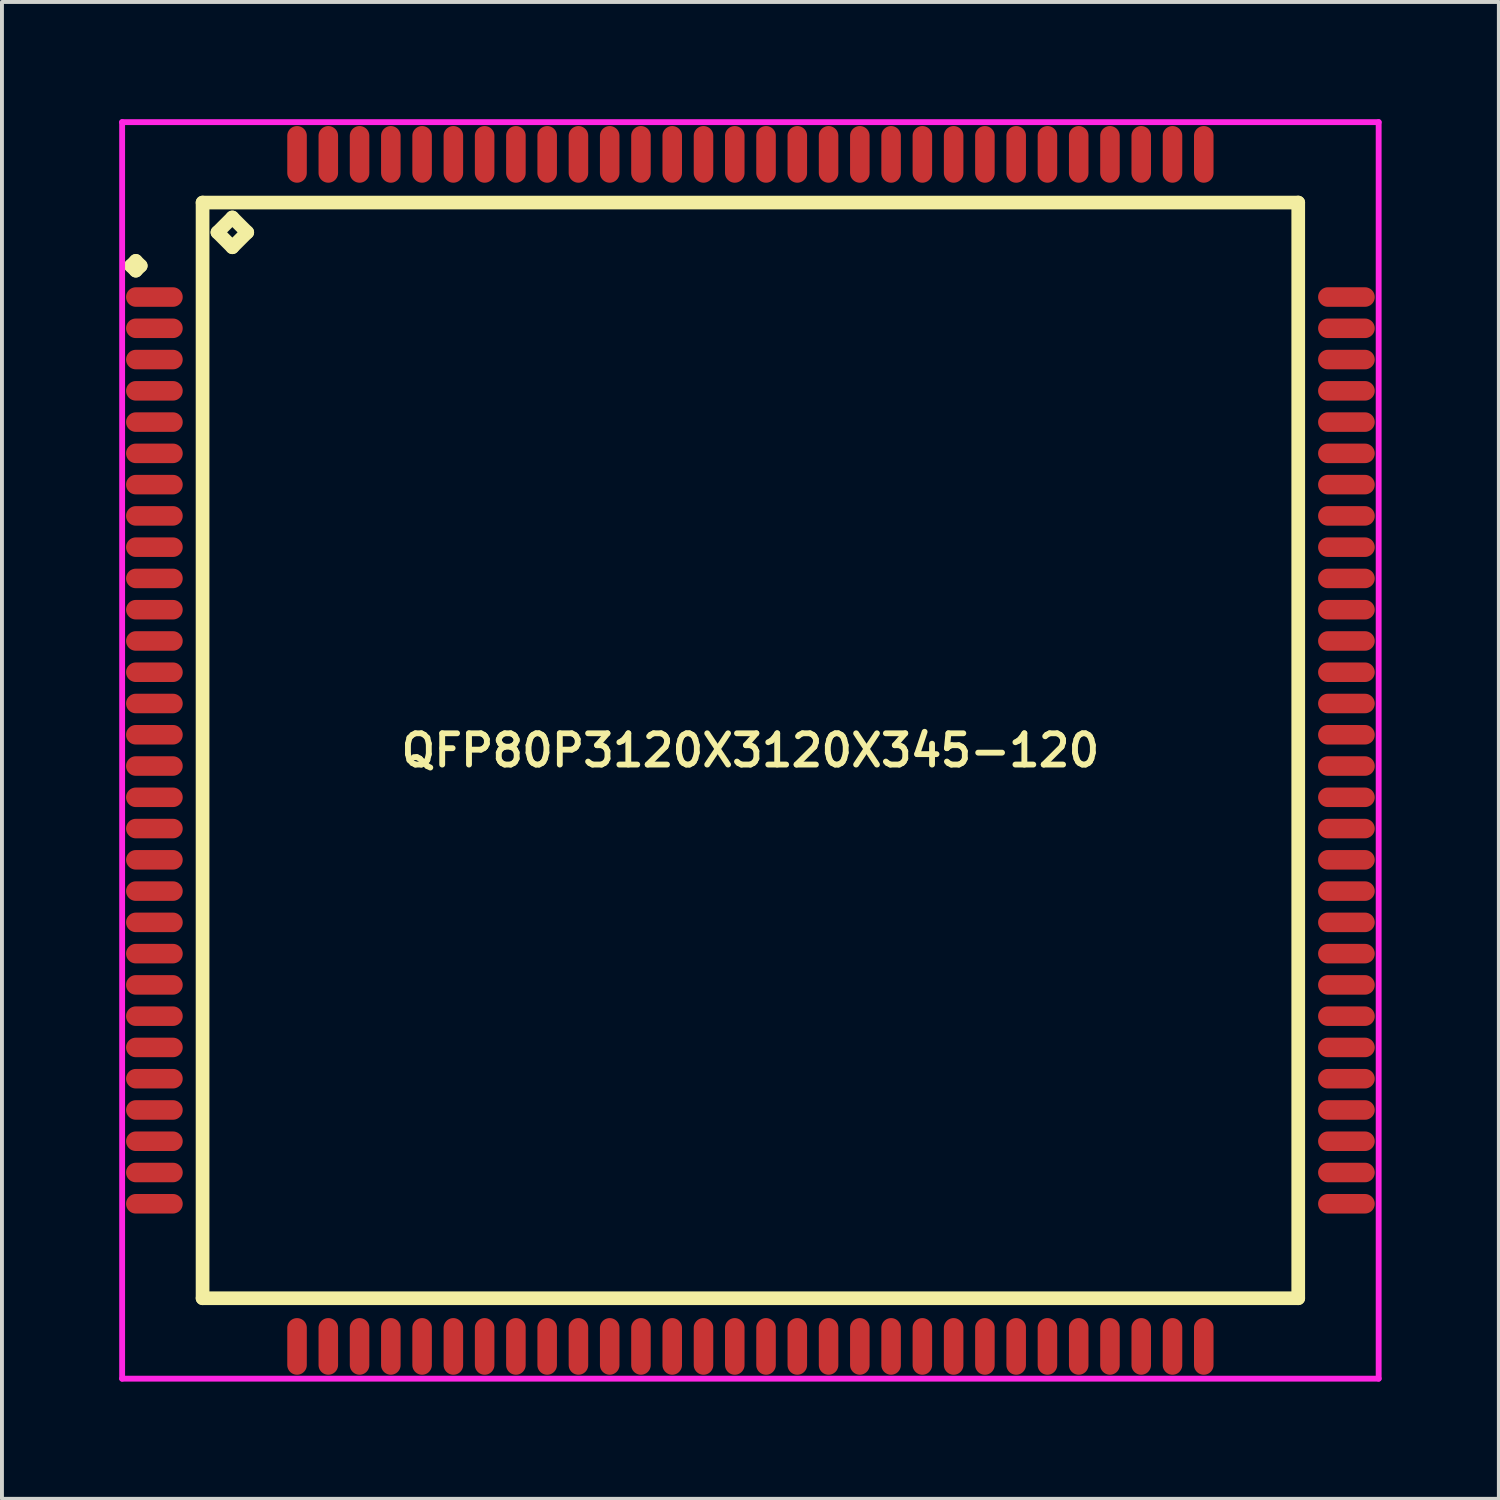
<source format=kicad_pcb>
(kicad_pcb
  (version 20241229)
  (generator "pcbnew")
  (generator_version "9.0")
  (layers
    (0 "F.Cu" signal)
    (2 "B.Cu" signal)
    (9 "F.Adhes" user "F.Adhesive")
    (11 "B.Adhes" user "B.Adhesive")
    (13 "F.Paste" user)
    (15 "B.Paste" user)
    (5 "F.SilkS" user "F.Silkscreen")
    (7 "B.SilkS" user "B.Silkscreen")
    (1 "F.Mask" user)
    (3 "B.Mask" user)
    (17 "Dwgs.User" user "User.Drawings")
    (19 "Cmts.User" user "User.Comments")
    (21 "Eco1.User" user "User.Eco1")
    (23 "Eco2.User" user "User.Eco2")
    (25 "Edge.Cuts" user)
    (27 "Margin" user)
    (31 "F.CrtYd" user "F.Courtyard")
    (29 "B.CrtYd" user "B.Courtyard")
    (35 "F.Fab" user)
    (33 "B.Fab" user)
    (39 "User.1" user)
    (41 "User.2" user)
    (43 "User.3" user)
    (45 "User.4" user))
  (footprint "QFP80P3120X3120X345-120"
    (layer "F.Cu")
    (at 16.15 16.15)
    (property "Reference" "QFP80P3120X3120X345-120" (at 0 0 0) (layer "F.SilkS") (effects (font (size 0.8 0.8) (thickness 0.15))))
    (attr smd)
    (fp_line (start -15.85 -12.4) (end -15.725 -12.525) (stroke (width 0.35) (type solid)) (layer "F.SilkS"))
    (fp_line (start -15.725 -12.525) (end -15.6 -12.4) (stroke (width 0.35) (type solid)) (layer "F.SilkS"))
    (fp_line (start -15.725 -12.275) (end -15.85 -12.4) (stroke (width 0.35) (type solid)) (layer "F.SilkS"))
    (fp_line (start -15.6 -12.4) (end -15.725 -12.275) (stroke (width 0.35) (type solid)) (layer "F.SilkS"))
    (fp_line (start -14.017 -14.017) (end -14.017 14.017) (stroke (width 0.35) (type solid)) (layer "F.SilkS"))
    (fp_line (start -14.017 14.017) (end 14.017 14.017) (stroke (width 0.35) (type solid)) (layer "F.SilkS"))
    (fp_line (start -13.636 -13.255) (end -13.255 -13.636) (stroke (width 0.35) (type solid)) (layer "F.SilkS"))
    (fp_line (start -13.255 -13.636) (end -12.874 -13.255) (stroke (width 0.35) (type solid)) (layer "F.SilkS"))
    (fp_line (start -13.255 -12.874) (end -13.636 -13.255) (stroke (width 0.35) (type solid)) (layer "F.SilkS"))
    (fp_line (start -12.874 -13.255) (end -13.255 -12.874) (stroke (width 0.35) (type solid)) (layer "F.SilkS"))
    (fp_line (start 14.017 -14.017) (end -14.017 -14.017) (stroke (width 0.35) (type solid)) (layer "F.SilkS"))
    (fp_line (start 14.017 14.017) (end 14.017 -14.017) (stroke (width 0.35) (type solid)) (layer "F.SilkS"))
    (fp_line (start -16.075 -16.075) (end 16.075 -16.075) (stroke (width 0.15) (type solid)) (layer "F.CrtYd"))
    (fp_line (start -16.075 16.075) (end -16.075 -16.075) (stroke (width 0.15) (type solid)) (layer "F.CrtYd"))
    (fp_line (start 16.075 -16.075) (end 16.075 16.075) (stroke (width 0.15) (type solid)) (layer "F.CrtYd"))
    (fp_line (start 16.075 16.075) (end -16.075 16.075) (stroke (width 0.15) (type solid)) (layer "F.CrtYd"))
    (pad "1" smd oval (at -15.25 -11.6) (size 1.45 0.5) (layers "F.Cu" "F.Mask" "F.Paste"))
    (pad "2" smd oval (at -15.25 -10.8) (size 1.45 0.5) (layers "F.Cu" "F.Mask" "F.Paste"))
    (pad "3" smd oval (at -15.25 -10) (size 1.45 0.5) (layers "F.Cu" "F.Mask" "F.Paste"))
    (pad "4" smd oval (at -15.25 -9.2) (size 1.45 0.5) (layers "F.Cu" "F.Mask" "F.Paste"))
    (pad "5" smd oval (at -15.25 -8.4) (size 1.45 0.5) (layers "F.Cu" "F.Mask" "F.Paste"))
    (pad "6" smd oval (at -15.25 -7.6) (size 1.45 0.5) (layers "F.Cu" "F.Mask" "F.Paste"))
    (pad "7" smd oval (at -15.25 -6.8) (size 1.45 0.5) (layers "F.Cu" "F.Mask" "F.Paste"))
    (pad "8" smd oval (at -15.25 -6) (size 1.45 0.5) (layers "F.Cu" "F.Mask" "F.Paste"))
    (pad "9" smd oval (at -15.25 -5.2) (size 1.45 0.5) (layers "F.Cu" "F.Mask" "F.Paste"))
    (pad "10" smd oval (at -15.25 -4.4) (size 1.45 0.5) (layers "F.Cu" "F.Mask" "F.Paste"))
    (pad "11" smd oval (at -15.25 -3.6) (size 1.45 0.5) (layers "F.Cu" "F.Mask" "F.Paste"))
    (pad "12" smd oval (at -15.25 -2.8) (size 1.45 0.5) (layers "F.Cu" "F.Mask" "F.Paste"))
    (pad "13" smd oval (at -15.25 -2) (size 1.45 0.5) (layers "F.Cu" "F.Mask" "F.Paste"))
    (pad "14" smd oval (at -15.25 -1.2) (size 1.45 0.5) (layers "F.Cu" "F.Mask" "F.Paste"))
    (pad "15" smd oval (at -15.25 -0.4) (size 1.45 0.5) (layers "F.Cu" "F.Mask" "F.Paste"))
    (pad "16" smd oval (at -15.25 0.4) (size 1.45 0.5) (layers "F.Cu" "F.Mask" "F.Paste"))
    (pad "17" smd oval (at -15.25 1.2) (size 1.45 0.5) (layers "F.Cu" "F.Mask" "F.Paste"))
    (pad "18" smd oval (at -15.25 2) (size 1.45 0.5) (layers "F.Cu" "F.Mask" "F.Paste"))
    (pad "19" smd oval (at -15.25 2.8) (size 1.45 0.5) (layers "F.Cu" "F.Mask" "F.Paste"))
    (pad "20" smd oval (at -15.25 3.6) (size 1.45 0.5) (layers "F.Cu" "F.Mask" "F.Paste"))
    (pad "21" smd oval (at -15.25 4.4) (size 1.45 0.5) (layers "F.Cu" "F.Mask" "F.Paste"))
    (pad "22" smd oval (at -15.25 5.2) (size 1.45 0.5) (layers "F.Cu" "F.Mask" "F.Paste"))
    (pad "23" smd oval (at -15.25 6) (size 1.45 0.5) (layers "F.Cu" "F.Mask" "F.Paste"))
    (pad "24" smd oval (at -15.25 6.8) (size 1.45 0.5) (layers "F.Cu" "F.Mask" "F.Paste"))
    (pad "25" smd oval (at -15.25 7.6) (size 1.45 0.5) (layers "F.Cu" "F.Mask" "F.Paste"))
    (pad "26" smd oval (at -15.25 8.4) (size 1.45 0.5) (layers "F.Cu" "F.Mask" "F.Paste"))
    (pad "27" smd oval (at -15.25 9.2) (size 1.45 0.5) (layers "F.Cu" "F.Mask" "F.Paste"))
    (pad "28" smd oval (at -15.25 10) (size 1.45 0.5) (layers "F.Cu" "F.Mask" "F.Paste"))
    (pad "29" smd oval (at -15.25 10.8) (size 1.45 0.5) (layers "F.Cu" "F.Mask" "F.Paste"))
    (pad "30" smd oval (at -15.25 11.6) (size 1.45 0.5) (layers "F.Cu" "F.Mask" "F.Paste"))
    (pad "31" smd oval (at -11.6 15.25) (size 0.5 1.45) (layers "F.Cu" "F.Mask" "F.Paste"))
    (pad "32" smd oval (at -10.8 15.25) (size 0.5 1.45) (layers "F.Cu" "F.Mask" "F.Paste"))
    (pad "33" smd oval (at -10 15.25) (size 0.5 1.45) (layers "F.Cu" "F.Mask" "F.Paste"))
    (pad "34" smd oval (at -9.2 15.25) (size 0.5 1.45) (layers "F.Cu" "F.Mask" "F.Paste"))
    (pad "35" smd oval (at -8.4 15.25) (size 0.5 1.45) (layers "F.Cu" "F.Mask" "F.Paste"))
    (pad "36" smd oval (at -7.6 15.25) (size 0.5 1.45) (layers "F.Cu" "F.Mask" "F.Paste"))
    (pad "37" smd oval (at -6.8 15.25) (size 0.5 1.45) (layers "F.Cu" "F.Mask" "F.Paste"))
    (pad "38" smd oval (at -6 15.25) (size 0.5 1.45) (layers "F.Cu" "F.Mask" "F.Paste"))
    (pad "39" smd oval (at -5.2 15.25) (size 0.5 1.45) (layers "F.Cu" "F.Mask" "F.Paste"))
    (pad "40" smd oval (at -4.4 15.25) (size 0.5 1.45) (layers "F.Cu" "F.Mask" "F.Paste"))
    (pad "41" smd oval (at -3.6 15.25) (size 0.5 1.45) (layers "F.Cu" "F.Mask" "F.Paste"))
    (pad "42" smd oval (at -2.8 15.25) (size 0.5 1.45) (layers "F.Cu" "F.Mask" "F.Paste"))
    (pad "43" smd oval (at -2 15.25) (size 0.5 1.45) (layers "F.Cu" "F.Mask" "F.Paste"))
    (pad "44" smd oval (at -1.2 15.25) (size 0.5 1.45) (layers "F.Cu" "F.Mask" "F.Paste"))
    (pad "45" smd oval (at -0.4 15.25) (size 0.5 1.45) (layers "F.Cu" "F.Mask" "F.Paste"))
    (pad "46" smd oval (at 0.4 15.25) (size 0.5 1.45) (layers "F.Cu" "F.Mask" "F.Paste"))
    (pad "47" smd oval (at 1.2 15.25) (size 0.5 1.45) (layers "F.Cu" "F.Mask" "F.Paste"))
    (pad "48" smd oval (at 2 15.25) (size 0.5 1.45) (layers "F.Cu" "F.Mask" "F.Paste"))
    (pad "49" smd oval (at 2.8 15.25) (size 0.5 1.45) (layers "F.Cu" "F.Mask" "F.Paste"))
    (pad "50" smd oval (at 3.6 15.25) (size 0.5 1.45) (layers "F.Cu" "F.Mask" "F.Paste"))
    (pad "51" smd oval (at 4.4 15.25) (size 0.5 1.45) (layers "F.Cu" "F.Mask" "F.Paste"))
    (pad "52" smd oval (at 5.2 15.25) (size 0.5 1.45) (layers "F.Cu" "F.Mask" "F.Paste"))
    (pad "53" smd oval (at 6 15.25) (size 0.5 1.45) (layers "F.Cu" "F.Mask" "F.Paste"))
    (pad "54" smd oval (at 6.8 15.25) (size 0.5 1.45) (layers "F.Cu" "F.Mask" "F.Paste"))
    (pad "55" smd oval (at 7.6 15.25) (size 0.5 1.45) (layers "F.Cu" "F.Mask" "F.Paste"))
    (pad "56" smd oval (at 8.4 15.25) (size 0.5 1.45) (layers "F.Cu" "F.Mask" "F.Paste"))
    (pad "57" smd oval (at 9.2 15.25) (size 0.5 1.45) (layers "F.Cu" "F.Mask" "F.Paste"))
    (pad "58" smd oval (at 10 15.25) (size 0.5 1.45) (layers "F.Cu" "F.Mask" "F.Paste"))
    (pad "59" smd oval (at 10.8 15.25) (size 0.5 1.45) (layers "F.Cu" "F.Mask" "F.Paste"))
    (pad "60" smd oval (at 11.6 15.25) (size 0.5 1.45) (layers "F.Cu" "F.Mask" "F.Paste"))
    (pad "61" smd oval (at 15.25 11.6) (size 1.45 0.5) (layers "F.Cu" "F.Mask" "F.Paste"))
    (pad "62" smd oval (at 15.25 10.8) (size 1.45 0.5) (layers "F.Cu" "F.Mask" "F.Paste"))
    (pad "63" smd oval (at 15.25 10) (size 1.45 0.5) (layers "F.Cu" "F.Mask" "F.Paste"))
    (pad "64" smd oval (at 15.25 9.2) (size 1.45 0.5) (layers "F.Cu" "F.Mask" "F.Paste"))
    (pad "65" smd oval (at 15.25 8.4) (size 1.45 0.5) (layers "F.Cu" "F.Mask" "F.Paste"))
    (pad "66" smd oval (at 15.25 7.6) (size 1.45 0.5) (layers "F.Cu" "F.Mask" "F.Paste"))
    (pad "67" smd oval (at 15.25 6.8) (size 1.45 0.5) (layers "F.Cu" "F.Mask" "F.Paste"))
    (pad "68" smd oval (at 15.25 6) (size 1.45 0.5) (layers "F.Cu" "F.Mask" "F.Paste"))
    (pad "69" smd oval (at 15.25 5.2) (size 1.45 0.5) (layers "F.Cu" "F.Mask" "F.Paste"))
    (pad "70" smd oval (at 15.25 4.4) (size 1.45 0.5) (layers "F.Cu" "F.Mask" "F.Paste"))
    (pad "71" smd oval (at 15.25 3.6) (size 1.45 0.5) (layers "F.Cu" "F.Mask" "F.Paste"))
    (pad "72" smd oval (at 15.25 2.8) (size 1.45 0.5) (layers "F.Cu" "F.Mask" "F.Paste"))
    (pad "73" smd oval (at 15.25 2) (size 1.45 0.5) (layers "F.Cu" "F.Mask" "F.Paste"))
    (pad "74" smd oval (at 15.25 1.2) (size 1.45 0.5) (layers "F.Cu" "F.Mask" "F.Paste"))
    (pad "75" smd oval (at 15.25 0.4) (size 1.45 0.5) (layers "F.Cu" "F.Mask" "F.Paste"))
    (pad "76" smd oval (at 15.25 -0.4) (size 1.45 0.5) (layers "F.Cu" "F.Mask" "F.Paste"))
    (pad "77" smd oval (at 15.25 -1.2) (size 1.45 0.5) (layers "F.Cu" "F.Mask" "F.Paste"))
    (pad "78" smd oval (at 15.25 -2) (size 1.45 0.5) (layers "F.Cu" "F.Mask" "F.Paste"))
    (pad "79" smd oval (at 15.25 -2.8) (size 1.45 0.5) (layers "F.Cu" "F.Mask" "F.Paste"))
    (pad "80" smd oval (at 15.25 -3.6) (size 1.45 0.5) (layers "F.Cu" "F.Mask" "F.Paste"))
    (pad "81" smd oval (at 15.25 -4.4) (size 1.45 0.5) (layers "F.Cu" "F.Mask" "F.Paste"))
    (pad "82" smd oval (at 15.25 -5.2) (size 1.45 0.5) (layers "F.Cu" "F.Mask" "F.Paste"))
    (pad "83" smd oval (at 15.25 -6) (size 1.45 0.5) (layers "F.Cu" "F.Mask" "F.Paste"))
    (pad "84" smd oval (at 15.25 -6.8) (size 1.45 0.5) (layers "F.Cu" "F.Mask" "F.Paste"))
    (pad "85" smd oval (at 15.25 -7.6) (size 1.45 0.5) (layers "F.Cu" "F.Mask" "F.Paste"))
    (pad "86" smd oval (at 15.25 -8.4) (size 1.45 0.5) (layers "F.Cu" "F.Mask" "F.Paste"))
    (pad "87" smd oval (at 15.25 -9.2) (size 1.45 0.5) (layers "F.Cu" "F.Mask" "F.Paste"))
    (pad "88" smd oval (at 15.25 -10) (size 1.45 0.5) (layers "F.Cu" "F.Mask" "F.Paste"))
    (pad "89" smd oval (at 15.25 -10.8) (size 1.45 0.5) (layers "F.Cu" "F.Mask" "F.Paste"))
    (pad "90" smd oval (at 15.25 -11.6) (size 1.45 0.5) (layers "F.Cu" "F.Mask" "F.Paste"))
    (pad "91" smd oval (at 11.6 -15.25) (size 0.5 1.45) (layers "F.Cu" "F.Mask" "F.Paste"))
    (pad "92" smd oval (at 10.8 -15.25) (size 0.5 1.45) (layers "F.Cu" "F.Mask" "F.Paste"))
    (pad "93" smd oval (at 10 -15.25) (size 0.5 1.45) (layers "F.Cu" "F.Mask" "F.Paste"))
    (pad "94" smd oval (at 9.2 -15.25) (size 0.5 1.45) (layers "F.Cu" "F.Mask" "F.Paste"))
    (pad "95" smd oval (at 8.4 -15.25) (size 0.5 1.45) (layers "F.Cu" "F.Mask" "F.Paste"))
    (pad "96" smd oval (at 7.6 -15.25) (size 0.5 1.45) (layers "F.Cu" "F.Mask" "F.Paste"))
    (pad "97" smd oval (at 6.8 -15.25) (size 0.5 1.45) (layers "F.Cu" "F.Mask" "F.Paste"))
    (pad "98" smd oval (at 6 -15.25) (size 0.5 1.45) (layers "F.Cu" "F.Mask" "F.Paste"))
    (pad "99" smd oval (at 5.2 -15.25) (size 0.5 1.45) (layers "F.Cu" "F.Mask" "F.Paste"))
    (pad "100" smd oval (at 4.4 -15.25) (size 0.5 1.45) (layers "F.Cu" "F.Mask" "F.Paste"))
    (pad "101" smd oval (at 3.6 -15.25) (size 0.5 1.45) (layers "F.Cu" "F.Mask" "F.Paste"))
    (pad "102" smd oval (at 2.8 -15.25) (size 0.5 1.45) (layers "F.Cu" "F.Mask" "F.Paste"))
    (pad "103" smd oval (at 2 -15.25) (size 0.5 1.45) (layers "F.Cu" "F.Mask" "F.Paste"))
    (pad "104" smd oval (at 1.2 -15.25) (size 0.5 1.45) (layers "F.Cu" "F.Mask" "F.Paste"))
    (pad "105" smd oval (at 0.4 -15.25) (size 0.5 1.45) (layers "F.Cu" "F.Mask" "F.Paste"))
    (pad "106" smd oval (at -0.4 -15.25) (size 0.5 1.45) (layers "F.Cu" "F.Mask" "F.Paste"))
    (pad "107" smd oval (at -1.2 -15.25) (size 0.5 1.45) (layers "F.Cu" "F.Mask" "F.Paste"))
    (pad "108" smd oval (at -2 -15.25) (size 0.5 1.45) (layers "F.Cu" "F.Mask" "F.Paste"))
    (pad "109" smd oval (at -2.8 -15.25) (size 0.5 1.45) (layers "F.Cu" "F.Mask" "F.Paste"))
    (pad "110" smd oval (at -3.6 -15.25) (size 0.5 1.45) (layers "F.Cu" "F.Mask" "F.Paste"))
    (pad "111" smd oval (at -4.4 -15.25) (size 0.5 1.45) (layers "F.Cu" "F.Mask" "F.Paste"))
    (pad "112" smd oval (at -5.2 -15.25) (size 0.5 1.45) (layers "F.Cu" "F.Mask" "F.Paste"))
    (pad "113" smd oval (at -6 -15.25) (size 0.5 1.45) (layers "F.Cu" "F.Mask" "F.Paste"))
    (pad "114" smd oval (at -6.8 -15.25) (size 0.5 1.45) (layers "F.Cu" "F.Mask" "F.Paste"))
    (pad "115" smd oval (at -7.6 -15.25) (size 0.5 1.45) (layers "F.Cu" "F.Mask" "F.Paste"))
    (pad "116" smd oval (at -8.4 -15.25) (size 0.5 1.45) (layers "F.Cu" "F.Mask" "F.Paste"))
    (pad "117" smd oval (at -9.2 -15.25) (size 0.5 1.45) (layers "F.Cu" "F.Mask" "F.Paste"))
    (pad "118" smd oval (at -10 -15.25) (size 0.5 1.45) (layers "F.Cu" "F.Mask" "F.Paste"))
    (pad "119" smd oval (at -10.8 -15.25) (size 0.5 1.45) (layers "F.Cu" "F.Mask" "F.Paste"))
    (pad "120" smd oval (at -11.6 -15.25) (size 0.5 1.45) (layers "F.Cu" "F.Mask" "F.Paste")))
  (gr_rect
    (start -3 -3)
    (end 35.3 35.3)
    (stroke (width 0.1) (type default))
    (fill no)
    (layer "Edge.Cuts")))
</source>
